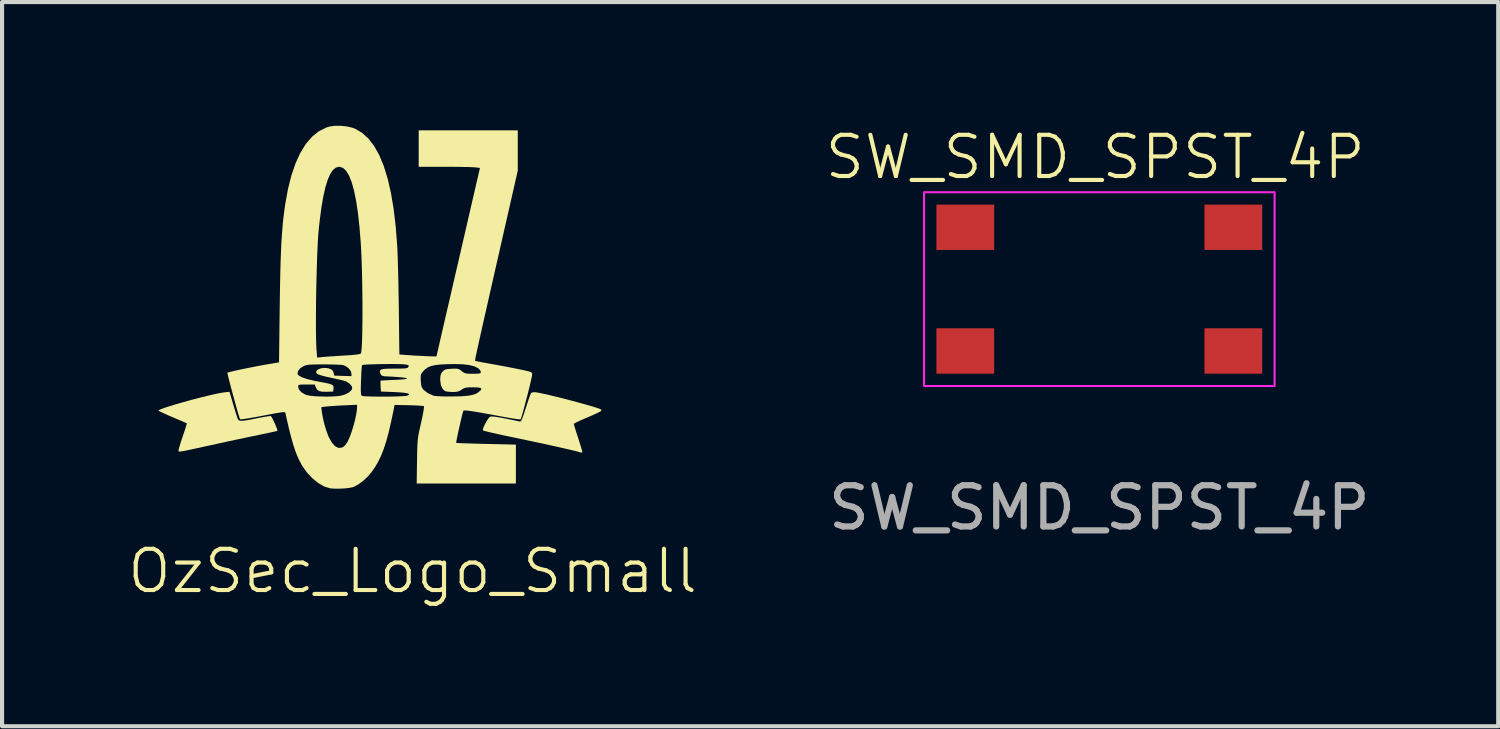
<source format=kicad_pcb>
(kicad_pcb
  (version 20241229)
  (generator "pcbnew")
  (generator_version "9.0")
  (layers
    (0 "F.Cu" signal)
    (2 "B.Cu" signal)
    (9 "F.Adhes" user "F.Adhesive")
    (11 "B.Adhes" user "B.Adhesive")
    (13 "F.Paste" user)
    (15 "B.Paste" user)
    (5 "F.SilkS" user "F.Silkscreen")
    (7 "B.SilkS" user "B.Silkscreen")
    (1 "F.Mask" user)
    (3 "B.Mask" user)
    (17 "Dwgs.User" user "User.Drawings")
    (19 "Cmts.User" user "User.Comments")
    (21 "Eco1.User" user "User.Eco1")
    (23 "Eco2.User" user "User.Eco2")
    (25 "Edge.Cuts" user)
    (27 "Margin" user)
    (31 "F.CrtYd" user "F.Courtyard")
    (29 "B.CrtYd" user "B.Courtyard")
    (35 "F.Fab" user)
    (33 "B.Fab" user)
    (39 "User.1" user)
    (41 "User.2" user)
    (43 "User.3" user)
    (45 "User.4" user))
  (footprint "SW_SMD_SPST_4P"
    (layer "F.Cu")
    (at 23.507 4.011)
    (property "Reference" "SW_SMD_SPST_4P" (at 0 -3.25 0) (unlocked yes) (layer "F.SilkS") (effects (font (size 1 1) (thickness 0.1))))
    (attr smd)
    (fp_rect (start -4.15 -2.4) (end 4.35 2.3) (stroke (width 0.05) (type default)) (fill no) (layer "F.CrtYd"))
    (fp_text user "${REFERENCE}" (at 0.1 5.25 0) (unlocked yes) (layer "F.Fab") (effects (font (size 1 1) (thickness 0.15))))
    (pad "1" smd rect (at -3.15 -1.55) (size 1.4 1.1) (layers "F.Cu" "F.Mask" "F.Paste"))
    (pad "1" smd rect (at -3.15 1.45) (size 1.4 1.1) (layers "F.Cu" "F.Mask" "F.Paste"))
    (pad "2" smd rect (at 3.35 -1.55) (size 1.4 1.1) (layers "F.Cu" "F.Mask" "F.Paste"))
    (pad "2" smd rect (at 3.35 1.45) (size 1.4 1.1) (layers "F.Cu" "F.Mask" "F.Paste")))
  (footprint "OzSec_Logo_Small"
    (layer "F.Cu")
    (at 6.875 5.43)
    (property "Reference" "OzSec_Logo_Small" (at 0.08 5.37 0) (unlocked yes) (layer "F.SilkS") (effects (font (size 1 1) (thickness 0.1))))
    (attr smd)
    (fp_poly (pts (xy -4.271 1.323) (xy -4.237 1.437) (xy -4.205 1.54) (xy -4.179 1.621) (xy -4.162 1.67) (xy -4.16 1.676) (xy -4.144 1.702) (xy -4.119 1.718) (xy -4.078 1.724) (xy -4.016 1.721) (xy -3.926 1.708) (xy -3.802 1.685) (xy -3.691 1.662) (xy -3.577 1.64) (xy -3.479 1.623) (xy -3.404 1.611) (xy -3.363 1.608) (xy -3.358 1.608) (xy -3.34 1.631) (xy -3.311 1.682) (xy -3.278 1.752) (xy -3.244 1.827) (xy -3.217 1.895) (xy -3.2 1.946) (xy -3.199 1.967) (xy -3.222 1.974) (xy -3.284 1.988) (xy -3.376 2.009) (xy -3.493 2.034) (xy -3.627 2.061) (xy -3.659 2.068) (xy -3.805 2.098) (xy -3.983 2.136) (xy -4.183 2.178) (xy -4.394 2.223) (xy -4.603 2.269) (xy -4.79 2.31) (xy -5.001 2.356) (xy -5.171 2.393) (xy -5.305 2.422) (xy -5.408 2.444) (xy -5.483 2.459) (xy -5.535 2.467) (xy -5.568 2.47) (xy -5.587 2.468) (xy -5.594 2.461) (xy -5.596 2.452) (xy -5.595 2.439) (xy -5.595 2.436) (xy -5.588 2.399) (xy -5.568 2.329) (xy -5.539 2.235) (xy -5.502 2.125) (xy -5.491 2.092) (xy -5.454 1.983) (xy -5.424 1.891) (xy -5.404 1.824) (xy -5.395 1.788) (xy -5.395 1.785) (xy -5.417 1.775) (xy -5.474 1.75) (xy -5.558 1.713) (xy -5.663 1.669) (xy -5.736 1.638) (xy -5.851 1.589) (xy -5.949 1.544) (xy -6.026 1.509) (xy -6.072 1.484) (xy -6.083 1.477) (xy -6.068 1.462) (xy -6.014 1.438) (xy -5.928 1.407) (xy -5.815 1.37) (xy -5.681 1.329) (xy -5.531 1.286) (xy -5.371 1.241) (xy -5.208 1.197) (xy -5.045 1.155) (xy -4.89 1.117) (xy -4.748 1.084) (xy -4.625 1.057) (xy -4.526 1.04) (xy -4.489 1.035) (xy -4.36 1.02)) (stroke (width 0) (type solid)) (fill yes) (layer "F.SilkS"))
    (fp_poly (pts (xy 3.082 1.034) (xy 3.16 1.048) (xy 3.274 1.072) (xy 3.416 1.105) (xy 3.578 1.144) (xy 3.751 1.188) (xy 3.929 1.234) (xy 4.103 1.281) (xy 4.266 1.326) (xy 4.41 1.367) (xy 4.526 1.403) (xy 4.607 1.43) (xy 4.611 1.432) (xy 4.654 1.452) (xy 4.659 1.471) (xy 4.645 1.488) (xy 4.613 1.508) (xy 4.548 1.54) (xy 4.457 1.582) (xy 4.35 1.629) (xy 4.301 1.649) (xy 4.192 1.696) (xy 4.1 1.738) (xy 4.031 1.772) (xy 3.994 1.794) (xy 3.99 1.8) (xy 3.996 1.828) (xy 4.015 1.891) (xy 4.042 1.98) (xy 4.077 2.087) (xy 4.092 2.133) (xy 4.128 2.246) (xy 4.159 2.344) (xy 4.181 2.42) (xy 4.193 2.464) (xy 4.194 2.471) (xy 4.19 2.49) (xy 4.17 2.494) (xy 4.124 2.483) (xy 4.092 2.473) (xy 4.035 2.458) (xy 3.939 2.435) (xy 3.81 2.405) (xy 3.652 2.369) (xy 3.472 2.329) (xy 3.275 2.286) (xy 3.066 2.241) (xy 2.85 2.195) (xy 2.634 2.149) (xy 2.462 2.113) (xy 2.295 2.078) (xy 2.142 2.045) (xy 2.01 2.015) (xy 1.903 1.99) (xy 1.827 1.97) (xy 1.789 1.958) (xy 1.785 1.956) (xy 1.785 1.927) (xy 1.803 1.873) (xy 1.835 1.804) (xy 1.874 1.733) (xy 1.914 1.672) (xy 1.949 1.632) (xy 1.956 1.627) (xy 1.986 1.62) (xy 2.04 1.621) (xy 2.125 1.632) (xy 2.245 1.653) (xy 2.318 1.667) (xy 2.436 1.691) (xy 2.541 1.712) (xy 2.622 1.729) (xy 2.671 1.74) (xy 2.68 1.742) (xy 2.697 1.739) (xy 2.715 1.717) (xy 2.737 1.671) (xy 2.765 1.595) (xy 2.802 1.483) (xy 2.824 1.417) (xy 2.862 1.299) (xy 2.897 1.195) (xy 2.927 1.113) (xy 2.948 1.062) (xy 2.954 1.051) (xy 2.991 1.032) (xy 3.059 1.031)) (stroke (width 0) (type solid)) (fill yes) (layer "F.SilkS"))
    (fp_poly (pts (xy -1.52 -5.415) (xy -1.383 -5.384) (xy -1.312 -5.358) (xy -1.144 -5.259) (xy -0.991 -5.12) (xy -0.853 -4.94) (xy -0.729 -4.719) (xy -0.62 -4.457) (xy -0.526 -4.153) (xy -0.446 -3.807) (xy -0.381 -3.42) (xy -0.33 -2.99) (xy -0.293 -2.517) (xy -0.292 -2.498) (xy -0.287 -2.39) (xy -0.281 -2.244) (xy -0.276 -2.065) (xy -0.27 -1.862) (xy -0.265 -1.64) (xy -0.261 -1.407) (xy -0.257 -1.169) (xy -0.254 -0.988) (xy -0.241 0.115) (xy -0.08 0.128) (xy 0.027 0.135) (xy 0.146 0.143) (xy 0.27 0.149) (xy 0.389 0.155) (xy 0.496 0.159) (xy 0.582 0.162) (xy 0.639 0.162) (xy 0.659 0.16) (xy 0.664 0.138) (xy 0.679 0.074) (xy 0.703 -0.028) (xy 0.734 -0.166) (xy 0.773 -0.336) (xy 0.819 -0.536) (xy 0.871 -0.762) (xy 0.929 -1.012) (xy 0.992 -1.283) (xy 1.058 -1.571) (xy 1.128 -1.875) (xy 1.187 -2.128) (xy 1.713 -4.408) (xy 1.599 -4.422) (xy 1.547 -4.425) (xy 1.456 -4.429) (xy 1.334 -4.431) (xy 1.189 -4.434) (xy 1.027 -4.435) (xy 0.857 -4.436) (xy 0.228 -4.436) (xy 0.228 -4.878) (xy 0.228 -5.319) (xy 1.429 -5.319) (xy 2.63 -5.319) (xy 2.63 -4.83) (xy 2.63 -4.341) (xy 2.291 -2.853) (xy 2.191 -2.412) (xy 2.1 -2.014) (xy 2.019 -1.655) (xy 1.946 -1.334) (xy 1.882 -1.05) (xy 1.825 -0.8) (xy 1.776 -0.582) (xy 1.734 -0.394) (xy 1.698 -0.235) (xy 1.669 -0.101) (xy 1.645 0.008) (xy 1.626 0.095) (xy 1.612 0.162) (xy 1.603 0.211) (xy 1.597 0.244) (xy 1.594 0.263) (xy 1.595 0.269) (xy 1.619 0.275) (xy 1.68 0.288) (xy 1.772 0.306) (xy 1.888 0.327) (xy 2.022 0.352) (xy 2.043 0.355) (xy 2.2 0.384) (xy 2.362 0.414) (xy 2.515 0.444) (xy 2.648 0.47) (xy 2.732 0.488) (xy 2.84 0.512) (xy 2.911 0.53) (xy 2.953 0.545) (xy 2.973 0.562) (xy 2.979 0.584) (xy 2.979 0.608) (xy 2.972 0.648) (xy 2.956 0.722) (xy 2.933 0.823) (xy 2.904 0.943) (xy 2.871 1.074) (xy 2.836 1.209) (xy 2.801 1.341) (xy 2.769 1.462) (xy 2.74 1.564) (xy 2.718 1.64) (xy 2.703 1.682) (xy 2.7 1.688) (xy 2.674 1.689) (xy 2.61 1.682) (xy 2.515 1.668) (xy 2.396 1.649) (xy 2.26 1.624) (xy 2.209 1.614) (xy 1.957 1.567) (xy 1.745 1.529) (xy 1.575 1.5) (xy 1.446 1.481) (xy 1.36 1.473) (xy 1.318 1.474) (xy 1.314 1.476) (xy 1.304 1.502) (xy 1.287 1.562) (xy 1.266 1.649) (xy 1.241 1.754) (xy 1.215 1.867) (xy 1.19 1.98) (xy 1.168 2.084) (xy 1.15 2.172) (xy 1.139 2.232) (xy 1.137 2.259) (xy 1.137 2.259) (xy 1.162 2.261) (xy 1.225 2.265) (xy 1.324 2.269) (xy 1.451 2.273) (xy 1.601 2.278) (xy 1.77 2.282) (xy 1.866 2.284) (xy 2.585 2.301) (xy 2.585 2.773) (xy 2.585 3.245) (xy 1.382 3.245) (xy 0.179 3.245) (xy 0.187 2.707) (xy 0.19 2.536) (xy 0.193 2.401) (xy 0.197 2.293) (xy 0.204 2.202) (xy 0.214 2.118) (xy 0.228 2.033) (xy 0.248 1.938) (xy 0.274 1.822) (xy 0.284 1.779) (xy 0.312 1.652) (xy 0.334 1.54) (xy 0.349 1.451) (xy 0.357 1.392) (xy 0.355 1.371) (xy 0.328 1.364) (xy 0.263 1.358) (xy 0.17 1.352) (xy 0.056 1.348) (xy -0.009 1.346) (xy -0.357 1.339) (xy -0.383 1.471) (xy -0.444 1.76) (xy -0.502 2.01) (xy -0.561 2.226) (xy -0.622 2.412) (xy -0.686 2.575) (xy -0.757 2.72) (xy -0.835 2.853) (xy -0.918 2.971) (xy -1.009 3.077) (xy -1.115 3.176) (xy -1.225 3.259) (xy -1.327 3.317) (xy -1.376 3.335) (xy -1.468 3.353) (xy -1.586 3.365) (xy -1.714 3.37) (xy -1.834 3.369) (xy -1.929 3.36) (xy -1.929 3.359) (xy -2.067 3.315) (xy -2.209 3.232) (xy -2.349 3.119) (xy -2.479 2.981) (xy -2.59 2.825) (xy -2.617 2.779) (xy -2.673 2.671) (xy -2.725 2.556) (xy -2.774 2.426) (xy -2.822 2.276) (xy -2.871 2.1) (xy -2.923 1.894) (xy -2.979 1.65) (xy -3.001 1.553) (xy -3.004 1.537) (xy -3.01 1.524) (xy -3.022 1.517) (xy -3.047 1.514) (xy -3.088 1.517) (xy -3.151 1.526) (xy -3.241 1.541) (xy -3.363 1.564) (xy -3.521 1.594) (xy -3.635 1.616) (xy -3.773 1.641) (xy -3.895 1.662) (xy -3.995 1.677) (xy -4.066 1.686) (xy -4.101 1.687) (xy -4.104 1.686) (xy -4.114 1.661) (xy -4.134 1.599) (xy -4.161 1.508) (xy -4.193 1.395) (xy -4.193 1.394) (xy -2.134 1.394) (xy -2.12 1.51) (xy -2.096 1.653) (xy -2.058 1.811) (xy -2.011 1.967) (xy -1.961 2.1) (xy -1.95 2.124) (xy -1.877 2.253) (xy -1.801 2.339) (xy -1.723 2.38) (xy -1.643 2.377) (xy -1.589 2.349) (xy -1.549 2.308) (xy -1.505 2.244) (xy -1.485 2.207) (xy -1.439 2.104) (xy -1.393 1.974) (xy -1.35 1.832) (xy -1.313 1.688) (xy -1.285 1.555) (xy -1.269 1.445) (xy -1.267 1.405) (xy -1.267 1.335) (xy -1.592 1.35) (xy -1.719 1.356) (xy -1.84 1.364) (xy -1.942 1.371) (xy -2.014 1.378) (xy -2.025 1.379) (xy -2.134 1.394) (xy -4.193 1.394) (xy -4.228 1.268) (xy -4.265 1.133) (xy -4.302 0.997) (xy -4.336 0.868) (xy -4.366 0.753) (xy -4.39 0.658) (xy -4.405 0.591) (xy -4.407 0.578) (xy -2.71 0.578) (xy -2.707 0.592) (xy -2.672 0.632) (xy -2.593 0.673) (xy -2.473 0.713) (xy -2.312 0.752) (xy -2.179 0.778) (xy -2.046 0.802) (xy -1.952 0.823) (xy -1.891 0.842) (xy -1.855 0.864) (xy -1.839 0.891) (xy -1.837 0.925) (xy -1.838 0.941) (xy -1.845 1.014) (xy -1.997 1.02) (xy -2.11 1.019) (xy -2.188 1.002) (xy -2.238 0.966) (xy -2.268 0.91) (xy -2.291 0.844) (xy -2.493 0.844) (xy -2.589 0.844) (xy -2.648 0.847) (xy -2.68 0.855) (xy -2.692 0.871) (xy -2.695 0.896) (xy -2.695 0.899) (xy -2.673 0.97) (xy -2.614 1.035) (xy -2.523 1.086) (xy -2.479 1.101) (xy -2.401 1.117) (xy -2.29 1.128) (xy -2.158 1.134) (xy -2.018 1.137) (xy -1.881 1.135) (xy -1.759 1.128) (xy -1.665 1.116) (xy -1.654 1.114) (xy -1.551 1.082) (xy -1.465 1.037) (xy -1.406 0.984) (xy -1.405 0.982) (xy -1.176 0.982) (xy -1.173 1.05) (xy -1.167 1.091) (xy -1.157 1.113) (xy -1.151 1.117) (xy -1.118 1.124) (xy -1.047 1.13) (xy -0.947 1.134) (xy -0.826 1.136) (xy -0.692 1.138) (xy -0.552 1.137) (xy -0.415 1.136) (xy -0.289 1.133) (xy -0.181 1.128) (xy -0.101 1.123) (xy -0.055 1.116) (xy -0.053 1.115) (xy -0.009 1.092) (xy -0.009 1.072) (xy -0.052 1.055) (xy -0.14 1.042) (xy -0.272 1.032) (xy -0.366 1.027) (xy -0.689 1.014) (xy -0.696 0.883) (xy -0.699 0.813) (xy -0.698 0.764) (xy -0.696 0.75) (xy -0.672 0.747) (xy -0.611 0.744) (xy -0.522 0.739) (xy -0.412 0.734) (xy -0.372 0.733) (xy -0.226 0.725) (xy -0.124 0.716) (xy -0.067 0.706) (xy -0.053 0.696) (xy -0.082 0.685) (xy -0.153 0.674) (xy -0.205 0.669) (xy 0.275 0.669) (xy 0.278 0.753) (xy 0.278 0.756) (xy 0.286 0.848) (xy 0.302 0.909) (xy 0.329 0.954) (xy 0.342 0.969) (xy 0.448 1.053) (xy 0.578 1.111) (xy 0.602 1.117) (xy 0.663 1.125) (xy 0.758 1.131) (xy 0.877 1.134) (xy 1.009 1.134) (xy 1.144 1.132) (xy 1.271 1.128) (xy 1.379 1.12) (xy 1.427 1.115) (xy 1.541 1.094) (xy 1.623 1.065) (xy 1.67 1.035) (xy 1.728 0.986) (xy 1.748 0.951) (xy 1.731 0.929) (xy 1.673 0.916) (xy 1.572 0.912) (xy 1.547 0.912) (xy 1.447 0.913) (xy 1.379 0.919) (xy 1.33 0.932) (xy 1.289 0.955) (xy 1.271 0.968) (xy 1.216 1.002) (xy 1.157 1.019) (xy 1.075 1.025) (xy 1.049 1.025) (xy 0.966 1.021) (xy 0.897 1.012) (xy 0.862 1.002) (xy 0.805 0.947) (xy 0.766 0.858) (xy 0.75 0.743) (xy 0.749 0.721) (xy 0.755 0.636) (xy 0.773 0.577) (xy 0.804 0.534) (xy 0.837 0.501) (xy 0.874 0.481) (xy 0.929 0.469) (xy 1.015 0.463) (xy 1.026 0.462) (xy 1.114 0.459) (xy 1.172 0.463) (xy 1.214 0.477) (xy 1.254 0.505) (xy 1.27 0.518) (xy 1.312 0.55) (xy 1.351 0.569) (xy 1.402 0.579) (xy 1.477 0.583) (xy 1.541 0.583) (xy 1.635 0.582) (xy 1.693 0.578) (xy 1.723 0.569) (xy 1.734 0.553) (xy 1.735 0.539) (xy 1.717 0.497) (xy 1.672 0.452) (xy 1.661 0.444) (xy 1.574 0.402) (xy 1.454 0.372) (xy 1.3 0.354) (xy 1.106 0.348) (xy 0.942 0.35) (xy 0.771 0.358) (xy 0.638 0.372) (xy 0.535 0.393) (xy 0.455 0.425) (xy 0.39 0.469) (xy 0.332 0.528) (xy 0.332 0.528) (xy 0.298 0.573) (xy 0.28 0.615) (xy 0.275 0.669) (xy -0.205 0.669) (xy -0.267 0.663) (xy -0.421 0.653) (xy -0.616 0.643) (xy -0.616 0.643) (xy -0.672 0.625) (xy -0.702 0.58) (xy -0.714 0.536) (xy -0.711 0.504) (xy -0.685 0.482) (xy -0.632 0.468) (xy -0.546 0.461) (xy -0.423 0.459) (xy -0.359 0.458) (xy -0.233 0.458) (xy -0.145 0.456) (xy -0.087 0.451) (xy -0.052 0.443) (xy -0.032 0.43) (xy -0.022 0.415) (xy -0.012 0.389) (xy -0.025 0.374) (xy -0.067 0.363) (xy -0.123 0.355) (xy -0.184 0.351) (xy -0.275 0.348) (xy -0.389 0.347) (xy -0.516 0.347) (xy -0.651 0.349) (xy -0.783 0.351) (xy -0.906 0.355) (xy -1.011 0.359) (xy -1.09 0.364) (xy -1.136 0.37) (xy -1.144 0.373) (xy -1.15 0.4) (xy -1.156 0.464) (xy -1.163 0.557) (xy -1.168 0.671) (xy -1.171 0.743) (xy -1.175 0.882) (xy -1.176 0.982) (xy -1.405 0.982) (xy -1.385 0.94) (xy -1.397 0.882) (xy -1.445 0.825) (xy -1.517 0.777) (xy -1.576 0.754) (xy -1.633 0.739) (xy -1.722 0.719) (xy -1.83 0.695) (xy -1.935 0.672) (xy -2.043 0.648) (xy -2.137 0.623) (xy -2.206 0.6) (xy -2.241 0.582) (xy -2.261 0.541) (xy -2.244 0.503) (xy -2.198 0.471) (xy -2.132 0.449) (xy -2.053 0.441) (xy -1.969 0.45) (xy -1.947 0.456) (xy -1.884 0.482) (xy -1.851 0.519) (xy -1.838 0.555) (xy -1.819 0.628) (xy -1.611 0.635) (xy -1.403 0.641) (xy -1.403 0.575) (xy -1.423 0.509) (xy -1.476 0.445) (xy -1.551 0.394) (xy -1.603 0.373) (xy -1.645 0.368) (xy -1.723 0.363) (xy -1.83 0.359) (xy -1.956 0.357) (xy -2.071 0.356) (xy -2.222 0.357) (xy -2.334 0.359) (xy -2.416 0.363) (xy -2.476 0.37) (xy -2.521 0.381) (xy -2.558 0.396) (xy -2.566 0.4) (xy -2.648 0.454) (xy -2.697 0.516) (xy -2.71 0.578) (xy -4.407 0.578) (xy -4.411 0.559) (xy -4.41 0.558) (xy -4.383 0.548) (xy -4.32 0.532) (xy -4.226 0.51) (xy -4.11 0.484) (xy -3.98 0.457) (xy -3.842 0.429) (xy -3.705 0.402) (xy -3.575 0.378) (xy -3.465 0.358) (xy -3.159 0.307) (xy -3.147 -0.693) (xy -2.264 -0.693) (xy -2.264 -0.476) (xy -2.261 -0.284) (xy -2.257 -0.125) (xy -2.251 -0.003) (xy -2.249 0.015) (xy -2.234 0.191) (xy -2.096 0.177) (xy -2.026 0.171) (xy -1.922 0.163) (xy -1.795 0.155) (xy -1.657 0.146) (xy -1.575 0.141) (xy -1.413 0.131) (xy -1.292 0.119) (xy -1.212 0.107) (xy -1.176 0.095) (xy -1.175 0.093) (xy -1.165 0.054) (xy -1.156 -0.026) (xy -1.149 -0.141) (xy -1.144 -0.287) (xy -1.14 -0.46) (xy -1.137 -0.654) (xy -1.136 -0.865) (xy -1.136 -1.088) (xy -1.138 -1.318) (xy -1.141 -1.551) (xy -1.145 -1.782) (xy -1.151 -2.005) (xy -1.158 -2.217) (xy -1.167 -2.412) (xy -1.177 -2.585) (xy -1.177 -2.589) (xy -1.208 -2.973) (xy -1.245 -3.312) (xy -1.289 -3.607) (xy -1.34 -3.856) (xy -1.397 -4.061) (xy -1.461 -4.222) (xy -1.532 -4.338) (xy -1.609 -4.409) (xy -1.693 -4.436) (xy -1.702 -4.436) (xy -1.78 -4.416) (xy -1.853 -4.357) (xy -1.919 -4.258) (xy -1.98 -4.117) (xy -2.036 -3.935) (xy -2.086 -3.711) (xy -2.132 -3.443) (xy -2.173 -3.131) (xy -2.196 -2.918) (xy -2.208 -2.783) (xy -2.218 -2.612) (xy -2.228 -2.412) (xy -2.237 -2.188) (xy -2.244 -1.946) (xy -2.251 -1.694) (xy -2.257 -1.436) (xy -2.261 -1.179) (xy -2.263 -0.929) (xy -2.264 -0.693) (xy -3.147 -0.693) (xy -3.145 -0.858) (xy -3.14 -1.233) (xy -3.134 -1.566) (xy -3.128 -1.863) (xy -3.121 -2.127) (xy -3.112 -2.362) (xy -3.103 -2.573) (xy -3.091 -2.763) (xy -3.078 -2.938) (xy -3.063 -3.101) (xy -3.046 -3.256) (xy -3.026 -3.407) (xy -3.01 -3.518) (xy -2.943 -3.891) (xy -2.859 -4.226) (xy -2.758 -4.521) (xy -2.641 -4.776) (xy -2.508 -4.991) (xy -2.359 -5.164) (xy -2.195 -5.296) (xy -2.016 -5.386) (xy -1.941 -5.41) (xy -1.817 -5.429) (xy -1.671 -5.43)) (stroke (width 0) (type solid)) (fill yes) (layer "F.SilkS")))
  (gr_rect
    (start -3 -3)
    (end 33.28 14.56)
    (stroke (width 0.1) (type default))
    (fill no)
    (layer "Edge.Cuts")))
</source>
